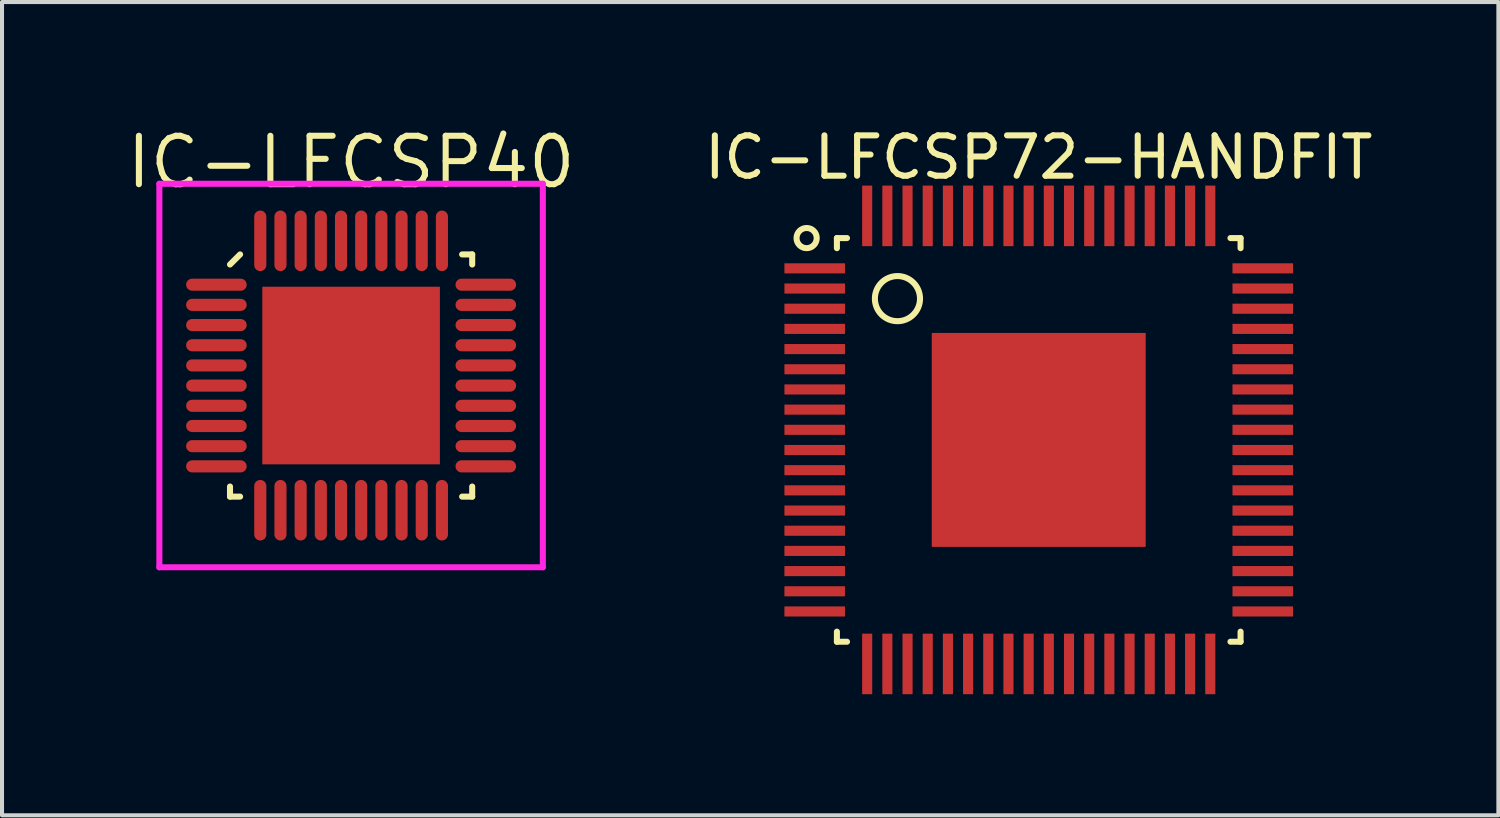
<source format=kicad_pcb>
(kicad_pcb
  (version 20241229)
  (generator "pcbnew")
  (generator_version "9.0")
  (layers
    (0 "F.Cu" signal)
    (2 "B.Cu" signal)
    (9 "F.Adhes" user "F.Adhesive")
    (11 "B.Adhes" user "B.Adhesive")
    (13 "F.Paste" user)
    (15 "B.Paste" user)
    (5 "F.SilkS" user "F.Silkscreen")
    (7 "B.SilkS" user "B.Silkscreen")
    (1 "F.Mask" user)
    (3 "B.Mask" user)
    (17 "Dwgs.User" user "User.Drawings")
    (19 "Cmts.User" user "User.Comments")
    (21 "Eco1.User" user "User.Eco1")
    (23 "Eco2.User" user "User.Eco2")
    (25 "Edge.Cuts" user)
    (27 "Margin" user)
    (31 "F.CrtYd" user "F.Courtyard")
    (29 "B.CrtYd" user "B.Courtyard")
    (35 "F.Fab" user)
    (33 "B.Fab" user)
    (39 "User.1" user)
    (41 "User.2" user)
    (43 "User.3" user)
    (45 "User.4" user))
  (footprint "IC-LFCSP40"
    (layer "F.Cu")
    (at 5.648 6.253)
    (property "Reference" "IC-LFCSP40" (at 0 -5.287 0) (layer "F.SilkS") (effects (font (size 1.2 1.2) (thickness 0.15))))
    (attr through_hole)
    (fp_line (start -3 -2.75) (end -2.75 -3) (stroke (width 0.15) (type solid)) (layer "F.SilkS"))
    (fp_line (start -3 3) (end -3 2.75) (stroke (width 0.15) (type solid)) (layer "F.SilkS"))
    (fp_line (start -2.75 3) (end -3 3) (stroke (width 0.15) (type solid)) (layer "F.SilkS"))
    (fp_line (start 2.75 -3) (end 3 -3) (stroke (width 0.15) (type solid)) (layer "F.SilkS"))
    (fp_line (start 2.75 3) (end 3 3) (stroke (width 0.15) (type solid)) (layer "F.SilkS"))
    (fp_line (start 3 -3) (end 3 -2.75) (stroke (width 0.15) (type solid)) (layer "F.SilkS"))
    (fp_line (start 3 3) (end 3 2.75) (stroke (width 0.15) (type solid)) (layer "F.SilkS"))
    (fp_line (start -4.75 -4.75) (end 4.75 -4.75) (stroke (width 0.15) (type solid)) (layer "F.CrtYd"))
    (fp_line (start -4.75 4.75) (end -4.75 -4.75) (stroke (width 0.15) (type solid)) (layer "F.CrtYd"))
    (fp_line (start 4.75 -4.75) (end 4.75 4.75) (stroke (width 0.15) (type solid)) (layer "F.CrtYd"))
    (fp_line (start 4.75 4.75) (end -4.75 4.75) (stroke (width 0.15) (type solid)) (layer "F.CrtYd"))
    (pad "1" smd oval (at -3.337 -2.25 90) (size 0.3 1.5) (layers "F.Cu" "F.Mask" "F.Paste"))
    (pad "2" smd oval (at -3.337 -1.75 90) (size 0.3 1.5) (layers "F.Cu" "F.Mask" "F.Paste"))
    (pad "3" smd oval (at -3.337 -1.25 90) (size 0.3 1.5) (layers "F.Cu" "F.Mask" "F.Paste"))
    (pad "4" smd oval (at -3.337 -0.75 90) (size 0.3 1.5) (layers "F.Cu" "F.Mask" "F.Paste"))
    (pad "5" smd oval (at -3.337 -0.25 90) (size 0.3 1.5) (layers "F.Cu" "F.Mask" "F.Paste"))
    (pad "6" smd oval (at -3.337 0.25 90) (size 0.3 1.5) (layers "F.Cu" "F.Mask" "F.Paste"))
    (pad "7" smd oval (at -3.337 0.75 90) (size 0.3 1.5) (layers "F.Cu" "F.Mask" "F.Paste"))
    (pad "8" smd oval (at -3.337 1.25 90) (size 0.3 1.5) (layers "F.Cu" "F.Mask" "F.Paste"))
    (pad "9" smd oval (at -3.337 1.75 90) (size 0.3 1.5) (layers "F.Cu" "F.Mask" "F.Paste"))
    (pad "10" smd oval (at -3.337 2.25 90) (size 0.3 1.5) (layers "F.Cu" "F.Mask" "F.Paste"))
    (pad "11" smd oval (at -2.25 3.337) (size 0.3 1.5) (layers "F.Cu" "F.Mask" "F.Paste"))
    (pad "12" smd oval (at -1.75 3.337) (size 0.3 1.5) (layers "F.Cu" "F.Mask" "F.Paste"))
    (pad "13" smd oval (at -1.25 3.337) (size 0.3 1.5) (layers "F.Cu" "F.Mask" "F.Paste"))
    (pad "14" smd oval (at -0.75 3.337) (size 0.3 1.5) (layers "F.Cu" "F.Mask" "F.Paste"))
    (pad "15" smd oval (at -0.25 3.337) (size 0.3 1.5) (layers "F.Cu" "F.Mask" "F.Paste"))
    (pad "16" smd oval (at 0.25 3.337) (size 0.3 1.5) (layers "F.Cu" "F.Mask" "F.Paste"))
    (pad "17" smd oval (at 0.75 3.337) (size 0.3 1.5) (layers "F.Cu" "F.Mask" "F.Paste"))
    (pad "18" smd oval (at 1.25 3.337) (size 0.3 1.5) (layers "F.Cu" "F.Mask" "F.Paste"))
    (pad "19" smd oval (at 1.75 3.337) (size 0.3 1.5) (layers "F.Cu" "F.Mask" "F.Paste"))
    (pad "20" smd oval (at 2.25 3.337) (size 0.3 1.5) (layers "F.Cu" "F.Mask" "F.Paste"))
    (pad "21" smd oval (at 3.337 2.25 90) (size 0.3 1.5) (layers "F.Cu" "F.Mask" "F.Paste"))
    (pad "22" smd oval (at 3.337 1.75 90) (size 0.3 1.5) (layers "F.Cu" "F.Mask" "F.Paste"))
    (pad "23" smd oval (at 3.337 1.25 90) (size 0.3 1.5) (layers "F.Cu" "F.Mask" "F.Paste"))
    (pad "24" smd oval (at 3.337 0.75 90) (size 0.3 1.5) (layers "F.Cu" "F.Mask" "F.Paste"))
    (pad "25" smd oval (at 3.337 0.25 90) (size 0.3 1.5) (layers "F.Cu" "F.Mask" "F.Paste"))
    (pad "26" smd oval (at 3.337 -0.25 90) (size 0.3 1.5) (layers "F.Cu" "F.Mask" "F.Paste"))
    (pad "27" smd oval (at 3.337 -0.75 90) (size 0.3 1.5) (layers "F.Cu" "F.Mask" "F.Paste"))
    (pad "28" smd oval (at 3.337 -1.25 90) (size 0.3 1.5) (layers "F.Cu" "F.Mask" "F.Paste"))
    (pad "29" smd oval (at 3.337 -1.75 90) (size 0.3 1.5) (layers "F.Cu" "F.Mask" "F.Paste"))
    (pad "30" smd oval (at 3.337 -2.25 90) (size 0.3 1.5) (layers "F.Cu" "F.Mask" "F.Paste"))
    (pad "31" smd oval (at 2.25 -3.337) (size 0.3 1.5) (layers "F.Cu" "F.Mask" "F.Paste"))
    (pad "32" smd oval (at 1.75 -3.337) (size 0.3 1.5) (layers "F.Cu" "F.Mask" "F.Paste"))
    (pad "33" smd oval (at 1.25 -3.337) (size 0.3 1.5) (layers "F.Cu" "F.Mask" "F.Paste"))
    (pad "34" smd oval (at 0.75 -3.337) (size 0.3 1.5) (layers "F.Cu" "F.Mask" "F.Paste"))
    (pad "35" smd oval (at 0.25 -3.337) (size 0.3 1.5) (layers "F.Cu" "F.Mask" "F.Paste"))
    (pad "36" smd oval (at -0.25 -3.337) (size 0.3 1.5) (layers "F.Cu" "F.Mask" "F.Paste"))
    (pad "37" smd oval (at -0.75 -3.337) (size 0.3 1.5) (layers "F.Cu" "F.Mask" "F.Paste"))
    (pad "38" smd oval (at -1.25 -3.337) (size 0.3 1.5) (layers "F.Cu" "F.Mask" "F.Paste"))
    (pad "39" smd oval (at -1.75 -3.337) (size 0.3 1.5) (layers "F.Cu" "F.Mask" "F.Paste"))
    (pad "40" smd oval (at -2.25 -3.337) (size 0.3 1.5) (layers "F.Cu" "F.Mask" "F.Paste"))
    (pad "41" smd rect (at 0 0) (size 4.4 4.4) (layers "F.Cu" "F.Mask" "F.Paste")))
  (footprint "IC-LFCSP72-HANDFIT"
    (layer "F.Cu")
    (at 22.683 7.848)
    (property "Reference" "IC-LFCSP72-HANDFIT" (at 0 -7 0) (layer "F.SilkS") (effects (font (size 1 1) (thickness 0.15))))
    (attr smd)
    (fp_line (start -5 -5) (end -5 -4.75) (stroke (width 0.15) (type solid)) (layer "F.SilkS"))
    (fp_line (start -5 -5) (end -4.75 -5) (stroke (width 0.15) (type solid)) (layer "F.SilkS"))
    (fp_line (start -5 4.75) (end -5 5) (stroke (width 0.15) (type solid)) (layer "F.SilkS"))
    (fp_line (start -4.75 5) (end -5 5) (stroke (width 0.15) (type solid)) (layer "F.SilkS"))
    (fp_line (start 4.75 -5) (end 5 -5) (stroke (width 0.15) (type solid)) (layer "F.SilkS"))
    (fp_line (start 5 -5) (end 5 -4.75) (stroke (width 0.15) (type solid)) (layer "F.SilkS"))
    (fp_line (start 5 4.75) (end 5 5) (stroke (width 0.15) (type solid)) (layer "F.SilkS"))
    (fp_line (start 5 5) (end 4.75 5) (stroke (width 0.15) (type solid)) (layer "F.SilkS"))
    (fp_circle (center -5.75 -5) (end -5.75 -4.75) (stroke (width 0.15) (type solid)) (fill no) (layer "F.SilkS"))
    (fp_circle (center -3.5 -3.5) (end -3 -3.25) (stroke (width 0.15) (type solid)) (fill no) (layer "F.SilkS"))
    (pad "1" smd rect (at -5.55 -4.25) (size 1.5 0.25) (layers "F.Cu" "F.Mask" "F.Paste"))
    (pad "2" smd rect (at -5.55 -3.75) (size 1.5 0.25) (layers "F.Cu" "F.Mask" "F.Paste"))
    (pad "3" smd rect (at -5.55 -3.25) (size 1.5 0.25) (layers "F.Cu" "F.Mask" "F.Paste"))
    (pad "4" smd rect (at -5.55 -2.75) (size 1.5 0.25) (layers "F.Cu" "F.Mask" "F.Paste"))
    (pad "5" smd rect (at -5.55 -2.25) (size 1.5 0.25) (layers "F.Cu" "F.Mask" "F.Paste"))
    (pad "6" smd rect (at -5.55 -1.75) (size 1.5 0.25) (layers "F.Cu" "F.Mask" "F.Paste"))
    (pad "7" smd rect (at -5.55 -1.25) (size 1.5 0.25) (layers "F.Cu" "F.Mask" "F.Paste"))
    (pad "8" smd rect (at -5.55 -0.75) (size 1.5 0.25) (layers "F.Cu" "F.Mask" "F.Paste"))
    (pad "9" smd rect (at -5.55 -0.25) (size 1.5 0.25) (layers "F.Cu" "F.Mask" "F.Paste"))
    (pad "10" smd rect (at -5.55 0.25) (size 1.5 0.25) (layers "F.Cu" "F.Mask" "F.Paste"))
    (pad "11" smd rect (at -5.55 0.75) (size 1.5 0.25) (layers "F.Cu" "F.Mask" "F.Paste"))
    (pad "12" smd rect (at -5.55 1.25) (size 1.5 0.25) (layers "F.Cu" "F.Mask" "F.Paste"))
    (pad "13" smd rect (at -5.55 1.75) (size 1.5 0.25) (layers "F.Cu" "F.Mask" "F.Paste"))
    (pad "14" smd rect (at -5.55 2.25) (size 1.5 0.25) (layers "F.Cu" "F.Mask" "F.Paste"))
    (pad "15" smd rect (at -5.55 2.75) (size 1.5 0.25) (layers "F.Cu" "F.Mask" "F.Paste"))
    (pad "16" smd rect (at -5.55 3.25) (size 1.5 0.25) (layers "F.Cu" "F.Mask" "F.Paste"))
    (pad "17" smd rect (at -5.55 3.75) (size 1.5 0.25) (layers "F.Cu" "F.Mask" "F.Paste"))
    (pad "18" smd rect (at -5.55 4.25) (size 1.5 0.25) (layers "F.Cu" "F.Mask" "F.Paste"))
    (pad "19" smd rect (at -4.25 5.55) (size 0.25 1.5) (layers "F.Cu" "F.Mask" "F.Paste"))
    (pad "20" smd rect (at -3.75 5.55) (size 0.25 1.5) (layers "F.Cu" "F.Mask" "F.Paste"))
    (pad "21" smd rect (at -3.25 5.55) (size 0.25 1.5) (layers "F.Cu" "F.Mask" "F.Paste"))
    (pad "22" smd rect (at -2.75 5.55) (size 0.25 1.5) (layers "F.Cu" "F.Mask" "F.Paste"))
    (pad "23" smd rect (at -2.25 5.55) (size 0.25 1.5) (layers "F.Cu" "F.Mask" "F.Paste"))
    (pad "24" smd rect (at -1.75 5.55) (size 0.25 1.5) (layers "F.Cu" "F.Mask" "F.Paste"))
    (pad "25" smd rect (at -1.25 5.55) (size 0.25 1.5) (layers "F.Cu" "F.Mask" "F.Paste"))
    (pad "26" smd rect (at -0.75 5.55) (size 0.25 1.5) (layers "F.Cu" "F.Mask" "F.Paste"))
    (pad "27" smd rect (at -0.25 5.55) (size 0.25 1.5) (layers "F.Cu" "F.Mask" "F.Paste"))
    (pad "28" smd rect (at 0.25 5.55) (size 0.25 1.5) (layers "F.Cu" "F.Mask" "F.Paste"))
    (pad "29" smd rect (at 0.75 5.55) (size 0.25 1.5) (layers "F.Cu" "F.Mask" "F.Paste"))
    (pad "30" smd rect (at 1.25 5.55) (size 0.25 1.5) (layers "F.Cu" "F.Mask" "F.Paste"))
    (pad "31" smd rect (at 1.75 5.55) (size 0.25 1.5) (layers "F.Cu" "F.Mask" "F.Paste"))
    (pad "32" smd rect (at 2.25 5.55) (size 0.25 1.5) (layers "F.Cu" "F.Mask" "F.Paste"))
    (pad "33" smd rect (at 2.75 5.55) (size 0.25 1.5) (layers "F.Cu" "F.Mask" "F.Paste"))
    (pad "34" smd rect (at 3.25 5.55) (size 0.25 1.5) (layers "F.Cu" "F.Mask" "F.Paste"))
    (pad "35" smd rect (at 3.75 5.55) (size 0.25 1.5) (layers "F.Cu" "F.Mask" "F.Paste"))
    (pad "36" smd rect (at 4.25 5.55) (size 0.25 1.5) (layers "F.Cu" "F.Mask" "F.Paste"))
    (pad "37" smd rect (at 5.55 4.25) (size 1.5 0.25) (layers "F.Cu" "F.Mask" "F.Paste"))
    (pad "38" smd rect (at 5.55 3.75) (size 1.5 0.25) (layers "F.Cu" "F.Mask" "F.Paste"))
    (pad "39" smd rect (at 5.55 3.25) (size 1.5 0.25) (layers "F.Cu" "F.Mask" "F.Paste"))
    (pad "40" smd rect (at 5.55 2.75) (size 1.5 0.25) (layers "F.Cu" "F.Mask" "F.Paste"))
    (pad "41" smd rect (at 5.55 2.25) (size 1.5 0.25) (layers "F.Cu" "F.Mask" "F.Paste"))
    (pad "42" smd rect (at 5.55 1.75) (size 1.5 0.25) (layers "F.Cu" "F.Mask" "F.Paste"))
    (pad "43" smd rect (at 5.55 1.25) (size 1.5 0.25) (layers "F.Cu" "F.Mask" "F.Paste"))
    (pad "44" smd rect (at 5.55 0.75) (size 1.5 0.25) (layers "F.Cu" "F.Mask" "F.Paste"))
    (pad "45" smd rect (at 5.55 0.25) (size 1.5 0.25) (layers "F.Cu" "F.Mask" "F.Paste"))
    (pad "46" smd rect (at 5.55 -0.25) (size 1.5 0.25) (layers "F.Cu" "F.Mask" "F.Paste"))
    (pad "47" smd rect (at 5.55 -0.75) (size 1.5 0.25) (layers "F.Cu" "F.Mask" "F.Paste"))
    (pad "48" smd rect (at 5.55 -1.25) (size 1.5 0.25) (layers "F.Cu" "F.Mask" "F.Paste"))
    (pad "49" smd rect (at 5.55 -1.75) (size 1.5 0.25) (layers "F.Cu" "F.Mask" "F.Paste"))
    (pad "50" smd rect (at 5.55 -2.25) (size 1.5 0.25) (layers "F.Cu" "F.Mask" "F.Paste"))
    (pad "51" smd rect (at 5.55 -2.75) (size 1.5 0.25) (layers "F.Cu" "F.Mask" "F.Paste"))
    (pad "52" smd rect (at 5.55 -3.25) (size 1.5 0.25) (layers "F.Cu" "F.Mask" "F.Paste"))
    (pad "53" smd rect (at 5.55 -3.75) (size 1.5 0.25) (layers "F.Cu" "F.Mask" "F.Paste"))
    (pad "54" smd rect (at 5.55 -4.25) (size 1.5 0.25) (layers "F.Cu" "F.Mask" "F.Paste"))
    (pad "55" smd rect (at 4.25 -5.55) (size 0.25 1.5) (layers "F.Cu" "F.Mask" "F.Paste"))
    (pad "56" smd rect (at 3.75 -5.55) (size 0.25 1.5) (layers "F.Cu" "F.Mask" "F.Paste"))
    (pad "57" smd rect (at 3.25 -5.55) (size 0.25 1.5) (layers "F.Cu" "F.Mask" "F.Paste"))
    (pad "58" smd rect (at 2.75 -5.55) (size 0.25 1.5) (layers "F.Cu" "F.Mask" "F.Paste"))
    (pad "59" smd rect (at 2.25 -5.55) (size 0.25 1.5) (layers "F.Cu" "F.Mask" "F.Paste"))
    (pad "60" smd rect (at 1.75 -5.55) (size 0.25 1.5) (layers "F.Cu" "F.Mask" "F.Paste"))
    (pad "61" smd rect (at 1.25 -5.55) (size 0.25 1.5) (layers "F.Cu" "F.Mask" "F.Paste"))
    (pad "62" smd rect (at 0.75 -5.55) (size 0.25 1.5) (layers "F.Cu" "F.Mask" "F.Paste"))
    (pad "63" smd rect (at 0.25 -5.55) (size 0.25 1.5) (layers "F.Cu" "F.Mask" "F.Paste"))
    (pad "64" smd rect (at -0.25 -5.55) (size 0.25 1.5) (layers "F.Cu" "F.Mask" "F.Paste"))
    (pad "65" smd rect (at -0.75 -5.55) (size 0.25 1.5) (layers "F.Cu" "F.Mask" "F.Paste"))
    (pad "66" smd rect (at -1.25 -5.55) (size 0.25 1.5) (layers "F.Cu" "F.Mask" "F.Paste"))
    (pad "67" smd rect (at -1.75 -5.55) (size 0.25 1.5) (layers "F.Cu" "F.Mask" "F.Paste"))
    (pad "68" smd rect (at -2.25 -5.55) (size 0.25 1.5) (layers "F.Cu" "F.Mask" "F.Paste"))
    (pad "69" smd rect (at -2.75 -5.55) (size 0.25 1.5) (layers "F.Cu" "F.Mask" "F.Paste"))
    (pad "70" smd rect (at -3.25 -5.55) (size 0.25 1.5) (layers "F.Cu" "F.Mask" "F.Paste"))
    (pad "71" smd rect (at -3.75 -5.55) (size 0.25 1.5) (layers "F.Cu" "F.Mask" "F.Paste"))
    (pad "72" smd rect (at -4.25 -5.55) (size 0.25 1.5) (layers "F.Cu" "F.Mask" "F.Paste"))
    (pad "EP1" smd rect (at 0 0) (size 5.3 5.3) (layers "F.Cu" "F.Mask" "F.Paste")))
  (gr_rect
    (start -3 -3)
    (end 34.07 17.148)
    (stroke (width 0.1) (type default))
    (fill no)
    (layer "Edge.Cuts")))
</source>
